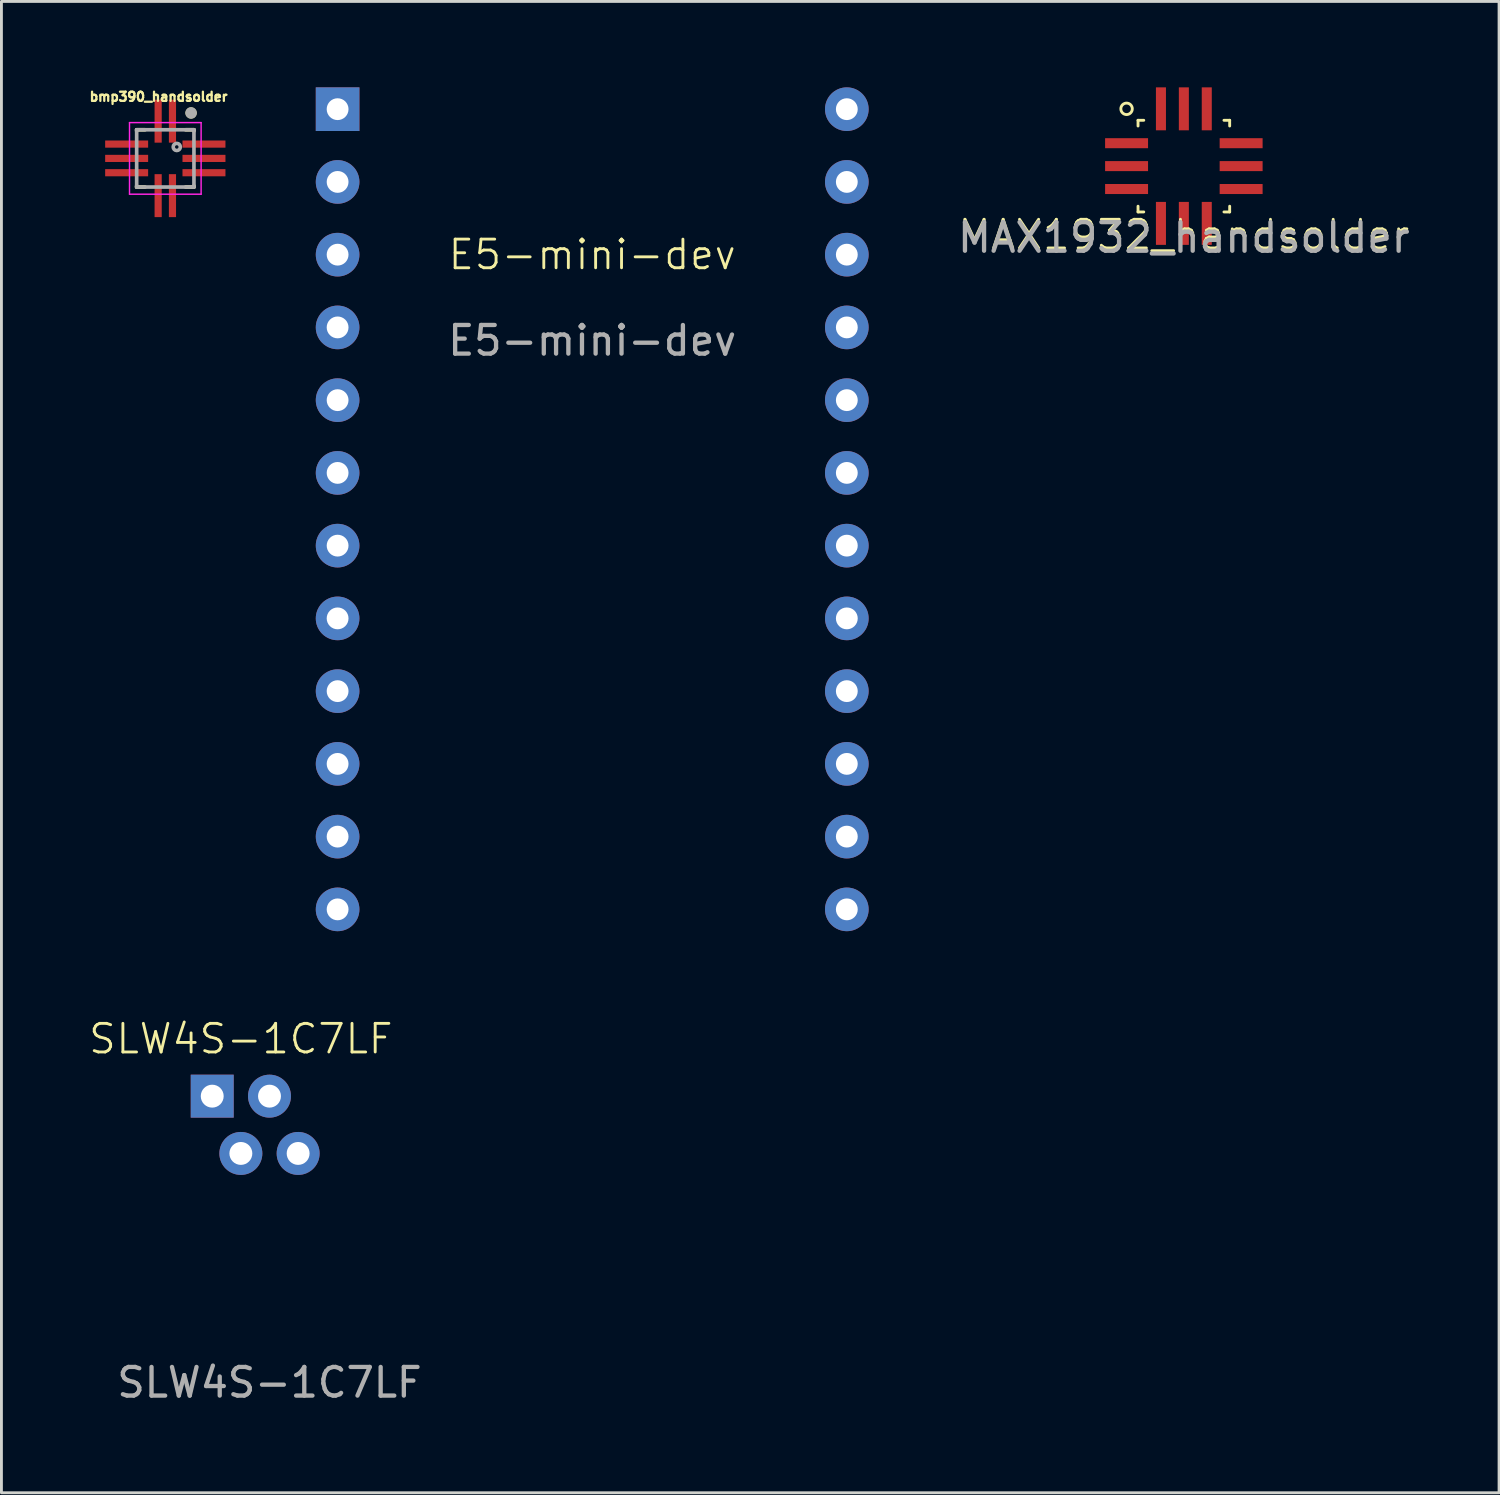
<source format=kicad_pcb>
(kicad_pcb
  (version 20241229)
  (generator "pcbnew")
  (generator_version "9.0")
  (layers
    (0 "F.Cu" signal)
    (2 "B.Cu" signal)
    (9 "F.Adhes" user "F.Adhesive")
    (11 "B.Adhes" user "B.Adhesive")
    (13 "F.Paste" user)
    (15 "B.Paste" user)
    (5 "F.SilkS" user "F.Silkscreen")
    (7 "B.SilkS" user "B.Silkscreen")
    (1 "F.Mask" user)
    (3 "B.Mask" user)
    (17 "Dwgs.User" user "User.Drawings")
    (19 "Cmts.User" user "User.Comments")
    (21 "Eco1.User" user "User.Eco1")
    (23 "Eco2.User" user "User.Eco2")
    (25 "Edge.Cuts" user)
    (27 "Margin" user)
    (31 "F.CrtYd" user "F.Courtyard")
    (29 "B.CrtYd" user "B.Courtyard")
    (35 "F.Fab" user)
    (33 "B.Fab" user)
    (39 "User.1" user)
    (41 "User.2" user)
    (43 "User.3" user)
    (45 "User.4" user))
  (footprint "SLW4S-1C7LF"
    (layer "F.Cu")
    (at 6.36 36.224)
    (property "Reference" "SLW4S-1C7LF" (at -1 -3 0) (unlocked yes) (layer "F.SilkS") (effects (font (size 1 1) (thickness 0.1))))
    (attr through_hole)
    (fp_text user "${REFERENCE}" (at 0 9 0) (unlocked yes) (layer "F.Fab") (effects (font (size 1 1) (thickness 0.15))))
    (pad "1" thru_hole rect (at -2 -1) (size 1.5 1.5) (drill 0.8) (layers "*.Cu" "*.Mask"))
    (pad "2" thru_hole circle (at -1 1) (size 1.5 1.5) (drill 0.8) (layers "*.Cu" "*.Mask"))
    (pad "3" thru_hole circle (at 0 -1) (size 1.5 1.5) (drill 0.8) (layers "*.Cu" "*.Mask"))
    (pad "4" thru_hole circle (at 1 1) (size 1.5 1.5) (drill 0.8) (layers "*.Cu" "*.Mask")))
  (footprint "MAX1932_handsolder"
    (layer "F.Cu")
    (at 38.286 2.75)
    (property "Reference" "MAX1932_handsolder" (at 0 2.4 0) (unlocked yes) (layer "F.SilkS") (effects (font (size 1 1) (thickness 0.1))))
    (attr smd)
    (fp_line (start -1.6 -1.6) (end -1.4 -1.6) (stroke (width 0.1) (type default)) (layer "F.SilkS"))
    (fp_line (start -1.6 -1.4) (end -1.6 -1.6) (stroke (width 0.1) (type default)) (layer "F.SilkS"))
    (fp_line (start -1.6 1.6) (end -1.6 1.4) (stroke (width 0.1) (type default)) (layer "F.SilkS"))
    (fp_line (start -1.4 1.6) (end -1.6 1.6) (stroke (width 0.1) (type default)) (layer "F.SilkS"))
    (fp_line (start 1.4 -1.6) (end 1.6 -1.6) (stroke (width 0.1) (type default)) (layer "F.SilkS"))
    (fp_line (start 1.6 -1.6) (end 1.6 -1.4) (stroke (width 0.1) (type default)) (layer "F.SilkS"))
    (fp_line (start 1.6 1.4) (end 1.6 1.6) (stroke (width 0.1) (type default)) (layer "F.SilkS"))
    (fp_line (start 1.6 1.6) (end 1.4 1.6) (stroke (width 0.1) (type default)) (layer "F.SilkS"))
    (fp_circle (center -2 -2) (end -2 -1.8) (stroke (width 0.1) (type default)) (fill no) (layer "F.SilkS"))
    (fp_text user "${REFERENCE}" (at 0 2.5 0) (unlocked yes) (layer "F.Fab") (effects (font (size 1 1) (thickness 0.15))))
    (pad "1" smd rect (at -2 -0.8) (size 1.5 0.35) (layers "F.Cu" "F.Mask" "F.Paste"))
    (pad "2" smd rect (at -2 0) (size 1.5 0.35) (layers "F.Cu" "F.Mask" "F.Paste"))
    (pad "3" smd rect (at -2 0.8) (size 1.5 0.35) (layers "F.Cu" "F.Mask" "F.Paste"))
    (pad "4" smd rect (at -0.8 2 270) (size 1.5 0.35) (layers "F.Cu" "F.Mask" "F.Paste"))
    (pad "5" smd rect (at 0 2 270) (size 1.5 0.35) (layers "F.Cu" "F.Mask" "F.Paste"))
    (pad "6" smd rect (at 0.8 2 270) (size 1.5 0.35) (layers "F.Cu" "F.Mask" "F.Paste"))
    (pad "7" smd rect (at 2 0.8 180) (size 1.5 0.35) (layers "F.Cu" "F.Mask" "F.Paste"))
    (pad "8" smd rect (at 2 0 180) (size 1.5 0.35) (layers "F.Cu" "F.Mask" "F.Paste"))
    (pad "9" smd rect (at 2 -0.8 180) (size 1.5 0.35) (layers "F.Cu" "F.Mask" "F.Paste"))
    (pad "10" smd rect (at 0.8 -2 90) (size 1.5 0.35) (layers "F.Cu" "F.Mask" "F.Paste"))
    (pad "11" smd rect (at 0 -2 90) (size 1.5 0.35) (layers "F.Cu" "F.Mask" "F.Paste"))
    (pad "12" smd rect (at -0.8 -2 90) (size 1.5 0.35) (layers "F.Cu" "F.Mask" "F.Paste")))
  (footprint "E5-mini-dev"
    (layer "F.Cu")
    (at 17.628 13.462)
    (property "Reference" "E5-mini-dev" (at 0 -7.62 0) (unlocked yes) (layer "F.SilkS") (effects (font (size 1 1) (thickness 0.1))))
    (attr through_hole)
    (fp_text user "${REFERENCE}" (at 0 -4.62 0) (unlocked yes) (layer "F.Fab") (effects (font (size 1 1) (thickness 0.15))))
    (pad "1" thru_hole rect (at -8.89 -12.7) (size 1.524 1.524) (drill 0.762) (layers "*.Cu" "*.Mask"))
    (pad "2" thru_hole circle (at -8.89 -10.16) (size 1.524 1.524) (drill 0.762) (layers "*.Cu" "*.Mask"))
    (pad "3" thru_hole circle (at -8.89 -7.62) (size 1.524 1.524) (drill 0.762) (layers "*.Cu" "*.Mask"))
    (pad "4" thru_hole circle (at -8.89 -5.08) (size 1.524 1.524) (drill 0.762) (layers "*.Cu" "*.Mask"))
    (pad "5" thru_hole circle (at -8.89 -2.54) (size 1.524 1.524) (drill 0.762) (layers "*.Cu" "*.Mask"))
    (pad "6" thru_hole circle (at -8.89 0) (size 1.524 1.524) (drill 0.762) (layers "*.Cu" "*.Mask"))
    (pad "7" thru_hole circle (at -8.89 2.54) (size 1.524 1.524) (drill 0.762) (layers "*.Cu" "*.Mask"))
    (pad "8" thru_hole circle (at -8.89 5.08) (size 1.524 1.524) (drill 0.762) (layers "*.Cu" "*.Mask"))
    (pad "9" thru_hole circle (at -8.89 7.62) (size 1.524 1.524) (drill 0.762) (layers "*.Cu" "*.Mask"))
    (pad "10" thru_hole circle (at -8.89 10.16) (size 1.524 1.524) (drill 0.762) (layers "*.Cu" "*.Mask"))
    (pad "11" thru_hole circle (at -8.89 12.7) (size 1.524 1.524) (drill 0.762) (layers "*.Cu" "*.Mask"))
    (pad "12" thru_hole circle (at -8.89 15.24) (size 1.524 1.524) (drill 0.762) (layers "*.Cu" "*.Mask"))
    (pad "13" thru_hole circle (at 8.89 15.24) (size 1.524 1.524) (drill 0.762) (layers "*.Cu" "*.Mask"))
    (pad "14" thru_hole circle (at 8.89 12.7) (size 1.524 1.524) (drill 0.762) (layers "*.Cu" "*.Mask"))
    (pad "15" thru_hole circle (at 8.89 10.16) (size 1.524 1.524) (drill 0.762) (layers "*.Cu" "*.Mask"))
    (pad "16" thru_hole circle (at 8.89 7.62) (size 1.524 1.524) (drill 0.762) (layers "*.Cu" "*.Mask"))
    (pad "17" thru_hole circle (at 8.89 5.08) (size 1.524 1.524) (drill 0.762) (layers "*.Cu" "*.Mask"))
    (pad "18" thru_hole circle (at 8.89 2.54) (size 1.524 1.524) (drill 0.762) (layers "*.Cu" "*.Mask"))
    (pad "19" thru_hole circle (at 8.89 0) (size 1.524 1.524) (drill 0.762) (layers "*.Cu" "*.Mask"))
    (pad "20" thru_hole circle (at 8.89 -2.54) (size 1.524 1.524) (drill 0.762) (layers "*.Cu" "*.Mask"))
    (pad "21" thru_hole circle (at 8.89 -5.08) (size 1.524 1.524) (drill 0.762) (layers "*.Cu" "*.Mask"))
    (pad "22" thru_hole circle (at 8.89 -7.62) (size 1.524 1.524) (drill 0.762) (layers "*.Cu" "*.Mask"))
    (pad "23" thru_hole circle (at 8.89 -10.16) (size 1.524 1.524) (drill 0.762) (layers "*.Cu" "*.Mask"))
    (pad "24" thru_hole circle (at 8.89 -12.7) (size 1.524 1.524) (drill 0.762) (layers "*.Cu" "*.Mask")))
  (footprint "bmp390_handsolder"
    (layer "F.Cu")
    (at 2.722 2.481)
    (property "Reference" "bmp390_handsolder" (at -0.234 -2.153 0) (layer "F.SilkS") (effects (font (size 0.32 0.32) (thickness 0.15))))
    (attr smd)
    (fp_line (start -1 -1) (end -0.708 -1) (stroke (width 0.127) (type solid)) (layer "F.SilkS"))
    (fp_line (start -1 -0.958) (end -1 -1) (stroke (width 0.127) (type solid)) (layer "F.SilkS"))
    (fp_line (start -1 1) (end -1 0.958) (stroke (width 0.127) (type solid)) (layer "F.SilkS"))
    (fp_line (start -1 1) (end -0.708 1) (stroke (width 0.127) (type solid)) (layer "F.SilkS"))
    (fp_line (start 0.708 -1) (end 1 -1) (stroke (width 0.127) (type solid)) (layer "F.SilkS"))
    (fp_line (start 1 -1) (end 1 -0.958) (stroke (width 0.127) (type solid)) (layer "F.SilkS"))
    (fp_line (start 1 0.958) (end 1 1) (stroke (width 0.127) (type solid)) (layer "F.SilkS"))
    (fp_line (start 1 1) (end 0.708 1) (stroke (width 0.127) (type solid)) (layer "F.SilkS"))
    (fp_circle (center 0.9 -1.587) (end 1 -1.587) (stroke (width 0.2) (type solid)) (fill no) (layer "F.SilkS"))
    (fp_line (start -1.25 -1.25) (end -1.25 1.25) (stroke (width 0.05) (type solid)) (layer "F.CrtYd"))
    (fp_line (start -1.25 1.25) (end 1.25 1.25) (stroke (width 0.05) (type solid)) (layer "F.CrtYd"))
    (fp_line (start 1.25 -1.25) (end -1.25 -1.25) (stroke (width 0.05) (type solid)) (layer "F.CrtYd"))
    (fp_line (start 1.25 1.25) (end 1.25 -1.25) (stroke (width 0.05) (type solid)) (layer "F.CrtYd"))
    (fp_line (start -1 -1) (end 1 -1) (stroke (width 0.127) (type solid)) (layer "F.Fab"))
    (fp_line (start -1 1) (end -1 -1) (stroke (width 0.127) (type solid)) (layer "F.Fab"))
    (fp_line (start 1 -1) (end 1 1) (stroke (width 0.127) (type solid)) (layer "F.Fab"))
    (fp_line (start 1 1) (end -1 1) (stroke (width 0.127) (type solid)) (layer "F.Fab"))
    (fp_circle (center 0.4 -0.4) (end 0.525 -0.4) (stroke (width 0.127) (type solid)) (fill no) (layer "F.Fab"))
    (fp_circle (center 0.9 -1.587) (end 1 -1.587) (stroke (width 0.2) (type solid)) (fill no) (layer "F.Fab"))
    (pad "1" smd rect (at 0.25 -1.3) (size 0.25 1.5) (layers "F.Cu" "F.Mask" "F.Paste"))
    (pad "2" smd rect (at -0.25 -1.3) (size 0.25 1.5) (layers "F.Cu" "F.Mask" "F.Paste"))
    (pad "3" smd rect (at -1.35 -0.5) (size 1.5 0.25) (layers "F.Cu" "F.Mask" "F.Paste"))
    (pad "4" smd rect (at -1.35 0) (size 1.5 0.25) (layers "F.Cu" "F.Mask" "F.Paste"))
    (pad "5" smd rect (at -1.35 0.5) (size 1.5 0.25) (layers "F.Cu" "F.Mask" "F.Paste"))
    (pad "6" smd rect (at -0.25 1.3) (size 0.25 1.5) (layers "F.Cu" "F.Mask" "F.Paste"))
    (pad "7" smd rect (at 0.25 1.3) (size 0.25 1.5) (layers "F.Cu" "F.Mask" "F.Paste"))
    (pad "8" smd rect (at 1.35 0.5) (size 1.5 0.25) (layers "F.Cu" "F.Mask" "F.Paste"))
    (pad "9" smd rect (at 1.35 0) (size 1.5 0.25) (layers "F.Cu" "F.Mask" "F.Paste"))
    (pad "10" smd rect (at 1.35 -0.5) (size 1.5 0.25) (layers "F.Cu" "F.Mask" "F.Paste")))
  (gr_rect
    (start -3 -3)
    (end 49.292 49.073)
    (stroke (width 0.1) (type default))
    (fill no)
    (layer "Edge.Cuts")))
</source>
